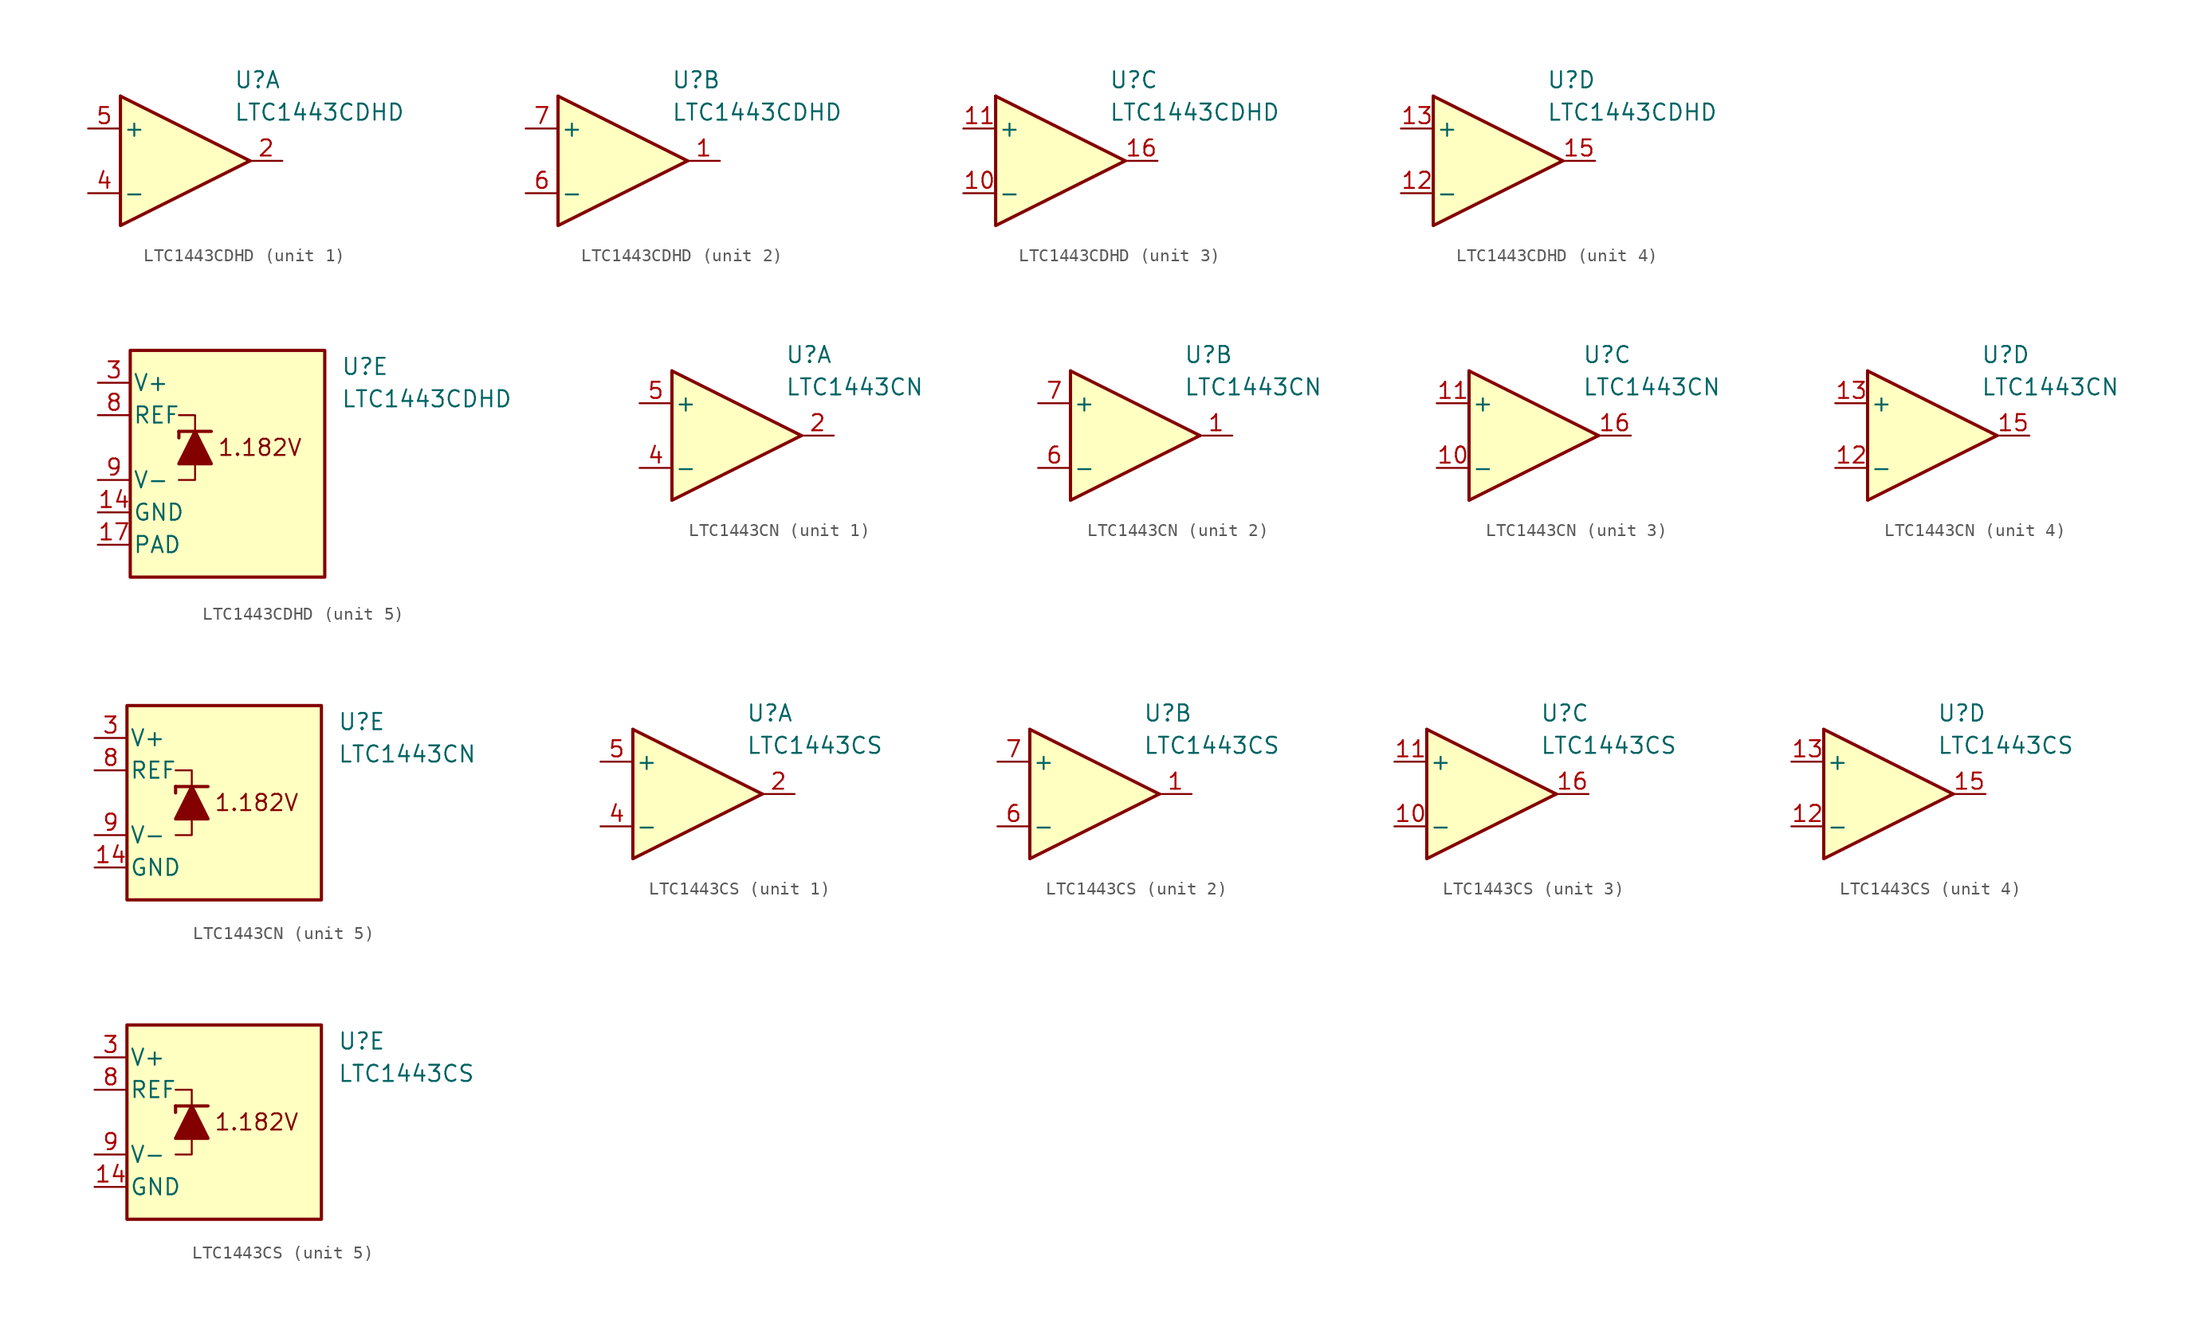
<source format=kicad_sym>
(kicad_symbol_lib
  (version 20231120)
  (generator "kicad_symbol_editor")
  (generator_version "8.0")
  (symbol "LTC1443CDHD"
    (pin_names
      (offset 0.2))
    (property "Reference" "U"
      (at 5.08 6.35 0)
      (effects (font (size 1.27 1.27)) (justify left)))
    (property "Value" "LTC1443CDHD"
      (at 5.08 3.81 0)
      (effects (font (size 1.27 1.27)) (justify left)))
    (property "ki_locked" ""
      (at 0 0 0)
      (effects (font (size 1.27 1.27))))
    (symbol "LTC1443CDHD_1_1"
      (polyline (pts (xy -3.81 5.08) (xy 6.35 0)) (stroke (width 0.254) (type default)) (fill (type none)))
      (polyline (pts (xy -3.81 5.08) (xy -3.81 -5.08) (xy 6.35 0)) (stroke (width 0.254) (type default)) (fill (type background)))
      (pin output line (at 8.89 0 180) (length 2.54) (name "~" (effects (font (size 1.27 1.27)))) (number "2" (effects (font (size 1.27 1.27)))))
      (pin input line (at -6.35 -2.54 0) (length 2.54) (name "-" (effects (font (size 1.27 1.27)))) (number "4" (effects (font (size 1.27 1.27)))))
      (pin input line (at -6.35 2.54 0) (length 2.54) (name "+" (effects (font (size 1.27 1.27)))) (number "5" (effects (font (size 1.27 1.27))))))
    (symbol "LTC1443CDHD_2_1"
      (polyline (pts (xy -3.81 5.08) (xy 6.35 0)) (stroke (width 0.254) (type default)) (fill (type none)))
      (polyline (pts (xy -3.81 5.08) (xy -3.81 -5.08) (xy 6.35 0)) (stroke (width 0.254) (type default)) (fill (type background)))
      (pin output line (at 8.89 0 180) (length 2.54) (name "~" (effects (font (size 1.27 1.27)))) (number "1" (effects (font (size 1.27 1.27)))))
      (pin input line (at -6.35 -2.54 0) (length 2.54) (name "-" (effects (font (size 1.27 1.27)))) (number "6" (effects (font (size 1.27 1.27)))))
      (pin input line (at -6.35 2.54 0) (length 2.54) (name "+" (effects (font (size 1.27 1.27)))) (number "7" (effects (font (size 1.27 1.27))))))
    (symbol "LTC1443CDHD_3_1"
      (polyline (pts (xy -3.81 5.08) (xy 6.35 0)) (stroke (width 0.254) (type default)) (fill (type none)))
      (polyline (pts (xy -3.81 5.08) (xy -3.81 -5.08) (xy 6.35 0)) (stroke (width 0.254) (type default)) (fill (type background)))
      (pin input line (at -6.35 -2.54 0) (length 2.54) (name "-" (effects (font (size 1.27 1.27)))) (number "10" (effects (font (size 1.27 1.27)))))
      (pin input line (at -6.35 2.54 0) (length 2.54) (name "+" (effects (font (size 1.27 1.27)))) (number "11" (effects (font (size 1.27 1.27)))))
      (pin output line (at 8.89 0 180) (length 2.54) (name "~" (effects (font (size 1.27 1.27)))) (number "16" (effects (font (size 1.27 1.27))))))
    (symbol "LTC1443CDHD_4_1"
      (polyline (pts (xy -3.81 5.08) (xy 6.35 0)) (stroke (width 0.254) (type default)) (fill (type none)))
      (polyline (pts (xy -3.81 5.08) (xy -3.81 -5.08) (xy 6.35 0)) (stroke (width 0.254) (type default)) (fill (type background)))
      (pin input line (at -6.35 -2.54 0) (length 2.54) (name "-" (effects (font (size 1.27 1.27)))) (number "12" (effects (font (size 1.27 1.27)))))
      (pin input line (at -6.35 2.54 0) (length 2.54) (name "+" (effects (font (size 1.27 1.27)))) (number "13" (effects (font (size 1.27 1.27)))))
      (pin output line (at 8.89 0 180) (length 2.54) (name "~" (effects (font (size 1.27 1.27)))) (number "15" (effects (font (size 1.27 1.27))))))
    (symbol "LTC1443CDHD_5_0"
      (text "1.182V" (at -1.27 0 0) (effects (font (size 1.27 1.27)))))
    (symbol "LTC1443CDHD_5_1"
      (rectangle (start -11.43 7.62) (end 3.81 -10.16) (stroke (width 0.254) (type default)) (fill (type background)))
      (polyline (pts (xy -7.62 1.27) (xy -7.62 0.762)) (stroke (width 0.254) (type default)) (fill (type none)))
      (polyline (pts (xy -7.62 1.27) (xy -5.08 1.27)) (stroke (width 0.254) (type default)) (fill (type none)))
      (polyline (pts (xy -6.35 -1.27) (xy -6.35 -2.54) (xy -7.62 -2.54)) (stroke (width 0) (type default)) (fill (type none)))
      (polyline (pts (xy -6.35 1.27) (xy -6.35 2.54) (xy -7.62 2.54)) (stroke (width 0) (type default)) (fill (type none)))
      (polyline (pts (xy -5.08 -1.27) (xy -7.62 -1.27) (xy -6.35 1.27) (xy -5.08 -1.27)) (stroke (width 0.254) (type default)) (fill (type outline)))
      (pin power_in line (at -13.97 -5.08 0) (length 2.54) (name "GND" (effects (font (size 1.27 1.27)))) (number "14" (effects (font (size 1.27 1.27)))))
      (pin power_in line (at -13.97 -7.62 0) (length 2.54) (name "PAD" (effects (font (size 1.27 1.27)))) (number "17" (effects (font (size 1.27 1.27)))))
      (pin power_in line (at -13.97 5.08 0) (length 2.54) (name "V+" (effects (font (size 1.27 1.27)))) (number "3" (effects (font (size 1.27 1.27)))))
      (pin output line (at -13.97 2.54 0) (length 2.54) (name "REF" (effects (font (size 1.27 1.27)))) (number "8" (effects (font (size 1.27 1.27)))))
      (pin power_in line (at -13.97 -2.54 0) (length 2.54) (name "V-" (effects (font (size 1.27 1.27)))) (number "9" (effects (font (size 1.27 1.27)))))))
  (symbol "LTC1443CN"
    (pin_names
      (offset 0.2))
    (property "Reference" "U"
      (at 5.08 6.35 0)
      (effects (font (size 1.27 1.27)) (justify left)))
    (property "Value" "LTC1443CN"
      (at 5.08 3.81 0)
      (effects (font (size 1.27 1.27)) (justify left)))
    (property "ki_locked" ""
      (at 0 0 0)
      (effects (font (size 1.27 1.27))))
    (symbol "LTC1443CN_1_1"
      (polyline (pts (xy -3.81 5.08) (xy 6.35 0)) (stroke (width 0.254) (type default)) (fill (type none)))
      (polyline (pts (xy -3.81 5.08) (xy -3.81 -5.08) (xy 6.35 0)) (stroke (width 0.254) (type default)) (fill (type background)))
      (pin output line (at 8.89 0 180) (length 2.54) (name "~" (effects (font (size 1.27 1.27)))) (number "2" (effects (font (size 1.27 1.27)))))
      (pin input line (at -6.35 -2.54 0) (length 2.54) (name "-" (effects (font (size 1.27 1.27)))) (number "4" (effects (font (size 1.27 1.27)))))
      (pin input line (at -6.35 2.54 0) (length 2.54) (name "+" (effects (font (size 1.27 1.27)))) (number "5" (effects (font (size 1.27 1.27))))))
    (symbol "LTC1443CN_2_1"
      (polyline (pts (xy -3.81 5.08) (xy 6.35 0)) (stroke (width 0.254) (type default)) (fill (type none)))
      (polyline (pts (xy -3.81 5.08) (xy -3.81 -5.08) (xy 6.35 0)) (stroke (width 0.254) (type default)) (fill (type background)))
      (pin output line (at 8.89 0 180) (length 2.54) (name "~" (effects (font (size 1.27 1.27)))) (number "1" (effects (font (size 1.27 1.27)))))
      (pin input line (at -6.35 -2.54 0) (length 2.54) (name "-" (effects (font (size 1.27 1.27)))) (number "6" (effects (font (size 1.27 1.27)))))
      (pin input line (at -6.35 2.54 0) (length 2.54) (name "+" (effects (font (size 1.27 1.27)))) (number "7" (effects (font (size 1.27 1.27))))))
    (symbol "LTC1443CN_3_1"
      (polyline (pts (xy -3.81 5.08) (xy 6.35 0)) (stroke (width 0.254) (type default)) (fill (type none)))
      (polyline (pts (xy -3.81 5.08) (xy -3.81 -5.08) (xy 6.35 0)) (stroke (width 0.254) (type default)) (fill (type background)))
      (pin input line (at -6.35 -2.54 0) (length 2.54) (name "-" (effects (font (size 1.27 1.27)))) (number "10" (effects (font (size 1.27 1.27)))))
      (pin input line (at -6.35 2.54 0) (length 2.54) (name "+" (effects (font (size 1.27 1.27)))) (number "11" (effects (font (size 1.27 1.27)))))
      (pin output line (at 8.89 0 180) (length 2.54) (name "~" (effects (font (size 1.27 1.27)))) (number "16" (effects (font (size 1.27 1.27))))))
    (symbol "LTC1443CN_4_1"
      (polyline (pts (xy -3.81 5.08) (xy 6.35 0)) (stroke (width 0.254) (type default)) (fill (type none)))
      (polyline (pts (xy -3.81 5.08) (xy -3.81 -5.08) (xy 6.35 0)) (stroke (width 0.254) (type default)) (fill (type background)))
      (pin input line (at -6.35 -2.54 0) (length 2.54) (name "-" (effects (font (size 1.27 1.27)))) (number "12" (effects (font (size 1.27 1.27)))))
      (pin input line (at -6.35 2.54 0) (length 2.54) (name "+" (effects (font (size 1.27 1.27)))) (number "13" (effects (font (size 1.27 1.27)))))
      (pin output line (at 8.89 0 180) (length 2.54) (name "~" (effects (font (size 1.27 1.27)))) (number "15" (effects (font (size 1.27 1.27))))))
    (symbol "LTC1443CN_5_0"
      (text "1.182V" (at -1.27 0 0) (effects (font (size 1.27 1.27)))))
    (symbol "LTC1443CN_5_1"
      (rectangle (start -11.43 7.62) (end 3.81 -7.62) (stroke (width 0.254) (type default)) (fill (type background)))
      (polyline (pts (xy -7.62 1.27) (xy -7.62 0.762)) (stroke (width 0.254) (type default)) (fill (type none)))
      (polyline (pts (xy -7.62 1.27) (xy -5.08 1.27)) (stroke (width 0.254) (type default)) (fill (type none)))
      (polyline (pts (xy -6.35 -1.27) (xy -6.35 -2.54) (xy -7.62 -2.54)) (stroke (width 0) (type default)) (fill (type none)))
      (polyline (pts (xy -6.35 1.27) (xy -6.35 2.54) (xy -7.62 2.54)) (stroke (width 0) (type default)) (fill (type none)))
      (polyline (pts (xy -5.08 -1.27) (xy -7.62 -1.27) (xy -6.35 1.27) (xy -5.08 -1.27)) (stroke (width 0.254) (type default)) (fill (type outline)))
      (pin power_in line (at -13.97 -5.08 0) (length 2.54) (name "GND" (effects (font (size 1.27 1.27)))) (number "14" (effects (font (size 1.27 1.27)))))
      (pin power_in line (at -13.97 5.08 0) (length 2.54) (name "V+" (effects (font (size 1.27 1.27)))) (number "3" (effects (font (size 1.27 1.27)))))
      (pin output line (at -13.97 2.54 0) (length 2.54) (name "REF" (effects (font (size 1.27 1.27)))) (number "8" (effects (font (size 1.27 1.27)))))
      (pin power_in line (at -13.97 -2.54 0) (length 2.54) (name "V-" (effects (font (size 1.27 1.27)))) (number "9" (effects (font (size 1.27 1.27)))))))
  (symbol "LTC1443CS"
    (pin_names
      (offset 0.2))
    (property "Reference" "U"
      (at 5.08 6.35 0)
      (effects (font (size 1.27 1.27)) (justify left)))
    (property "Value" "LTC1443CS"
      (at 5.08 3.81 0)
      (effects (font (size 1.27 1.27)) (justify left)))
    (property "ki_locked" ""
      (at 0 0 0)
      (effects (font (size 1.27 1.27))))
    (symbol "LTC1443CS_1_1"
      (polyline (pts (xy -3.81 5.08) (xy 6.35 0)) (stroke (width 0.254) (type default)) (fill (type none)))
      (polyline (pts (xy -3.81 5.08) (xy -3.81 -5.08) (xy 6.35 0)) (stroke (width 0.254) (type default)) (fill (type background)))
      (pin output line (at 8.89 0 180) (length 2.54) (name "~" (effects (font (size 1.27 1.27)))) (number "2" (effects (font (size 1.27 1.27)))))
      (pin input line (at -6.35 -2.54 0) (length 2.54) (name "-" (effects (font (size 1.27 1.27)))) (number "4" (effects (font (size 1.27 1.27)))))
      (pin input line (at -6.35 2.54 0) (length 2.54) (name "+" (effects (font (size 1.27 1.27)))) (number "5" (effects (font (size 1.27 1.27))))))
    (symbol "LTC1443CS_2_1"
      (polyline (pts (xy -3.81 5.08) (xy 6.35 0)) (stroke (width 0.254) (type default)) (fill (type none)))
      (polyline (pts (xy -3.81 5.08) (xy -3.81 -5.08) (xy 6.35 0)) (stroke (width 0.254) (type default)) (fill (type background)))
      (pin output line (at 8.89 0 180) (length 2.54) (name "~" (effects (font (size 1.27 1.27)))) (number "1" (effects (font (size 1.27 1.27)))))
      (pin input line (at -6.35 -2.54 0) (length 2.54) (name "-" (effects (font (size 1.27 1.27)))) (number "6" (effects (font (size 1.27 1.27)))))
      (pin input line (at -6.35 2.54 0) (length 2.54) (name "+" (effects (font (size 1.27 1.27)))) (number "7" (effects (font (size 1.27 1.27))))))
    (symbol "LTC1443CS_3_1"
      (polyline (pts (xy -3.81 5.08) (xy 6.35 0)) (stroke (width 0.254) (type default)) (fill (type none)))
      (polyline (pts (xy -3.81 5.08) (xy -3.81 -5.08) (xy 6.35 0)) (stroke (width 0.254) (type default)) (fill (type background)))
      (pin input line (at -6.35 -2.54 0) (length 2.54) (name "-" (effects (font (size 1.27 1.27)))) (number "10" (effects (font (size 1.27 1.27)))))
      (pin input line (at -6.35 2.54 0) (length 2.54) (name "+" (effects (font (size 1.27 1.27)))) (number "11" (effects (font (size 1.27 1.27)))))
      (pin output line (at 8.89 0 180) (length 2.54) (name "~" (effects (font (size 1.27 1.27)))) (number "16" (effects (font (size 1.27 1.27))))))
    (symbol "LTC1443CS_4_1"
      (polyline (pts (xy -3.81 5.08) (xy 6.35 0)) (stroke (width 0.254) (type default)) (fill (type none)))
      (polyline (pts (xy -3.81 5.08) (xy -3.81 -5.08) (xy 6.35 0)) (stroke (width 0.254) (type default)) (fill (type background)))
      (pin input line (at -6.35 -2.54 0) (length 2.54) (name "-" (effects (font (size 1.27 1.27)))) (number "12" (effects (font (size 1.27 1.27)))))
      (pin input line (at -6.35 2.54 0) (length 2.54) (name "+" (effects (font (size 1.27 1.27)))) (number "13" (effects (font (size 1.27 1.27)))))
      (pin output line (at 8.89 0 180) (length 2.54) (name "~" (effects (font (size 1.27 1.27)))) (number "15" (effects (font (size 1.27 1.27))))))
    (symbol "LTC1443CS_5_0"
      (text "1.182V" (at -1.27 0 0) (effects (font (size 1.27 1.27)))))
    (symbol "LTC1443CS_5_1"
      (rectangle (start -11.43 7.62) (end 3.81 -7.62) (stroke (width 0.254) (type default)) (fill (type background)))
      (polyline (pts (xy -7.62 1.27) (xy -7.62 0.762)) (stroke (width 0.254) (type default)) (fill (type none)))
      (polyline (pts (xy -7.62 1.27) (xy -5.08 1.27)) (stroke (width 0.254) (type default)) (fill (type none)))
      (polyline (pts (xy -6.35 -1.27) (xy -6.35 -2.54) (xy -7.62 -2.54)) (stroke (width 0) (type default)) (fill (type none)))
      (polyline (pts (xy -6.35 1.27) (xy -6.35 2.54) (xy -7.62 2.54)) (stroke (width 0) (type default)) (fill (type none)))
      (polyline (pts (xy -5.08 -1.27) (xy -7.62 -1.27) (xy -6.35 1.27) (xy -5.08 -1.27)) (stroke (width 0.254) (type default)) (fill (type outline)))
      (pin power_in line (at -13.97 -5.08 0) (length 2.54) (name "GND" (effects (font (size 1.27 1.27)))) (number "14" (effects (font (size 1.27 1.27)))))
      (pin power_in line (at -13.97 5.08 0) (length 2.54) (name "V+" (effects (font (size 1.27 1.27)))) (number "3" (effects (font (size 1.27 1.27)))))
      (pin output line (at -13.97 2.54 0) (length 2.54) (name "REF" (effects (font (size 1.27 1.27)))) (number "8" (effects (font (size 1.27 1.27)))))
      (pin power_in line (at -13.97 -2.54 0) (length 2.54) (name "V-" (effects (font (size 1.27 1.27)))) (number "9" (effects (font (size 1.27 1.27))))))))
</source>
